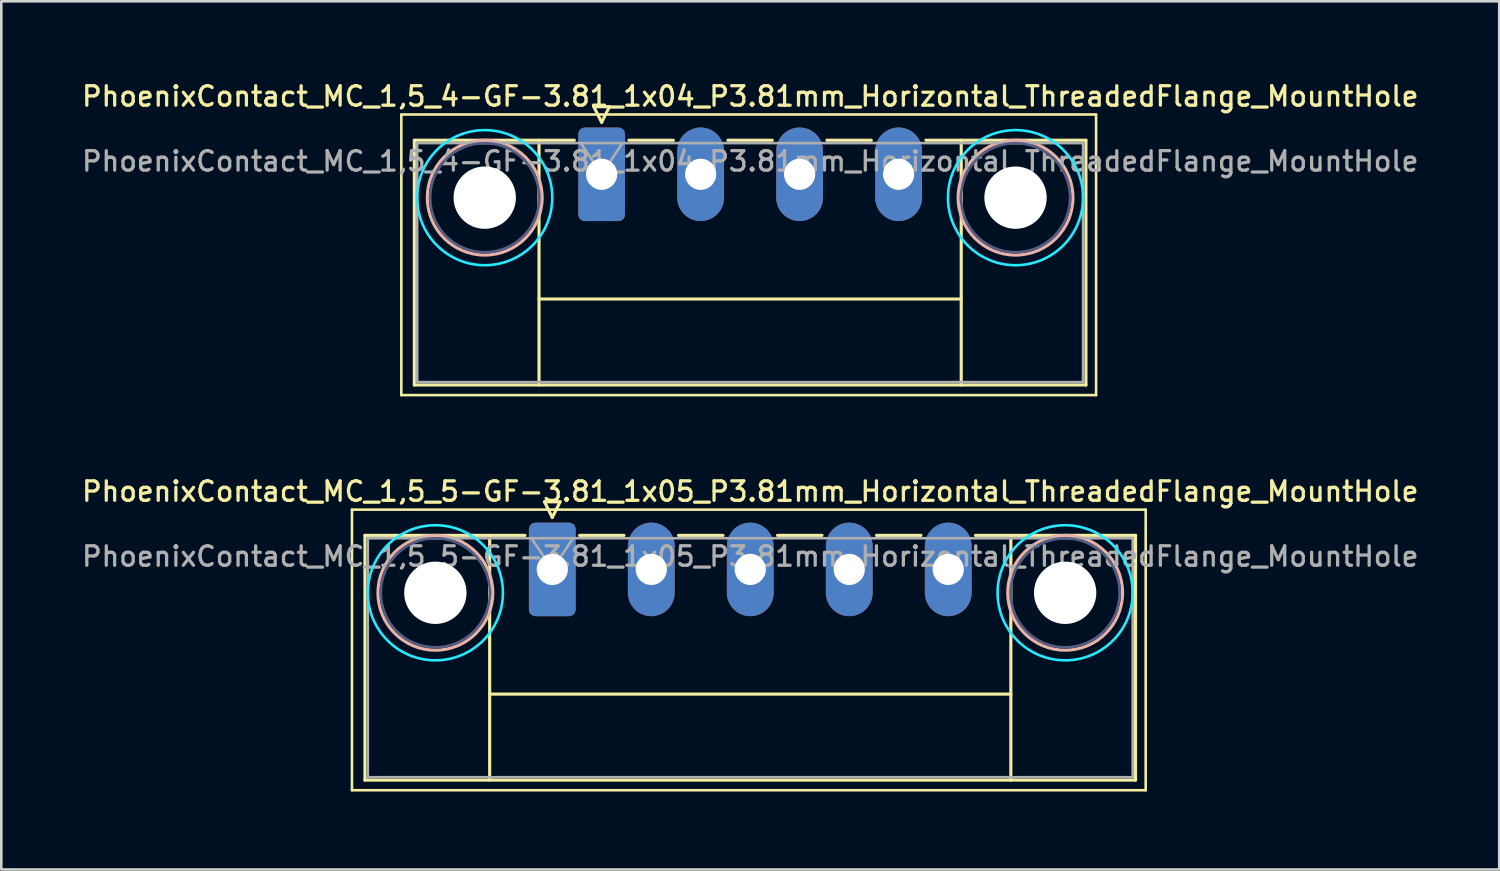
<source format=kicad_pcb>
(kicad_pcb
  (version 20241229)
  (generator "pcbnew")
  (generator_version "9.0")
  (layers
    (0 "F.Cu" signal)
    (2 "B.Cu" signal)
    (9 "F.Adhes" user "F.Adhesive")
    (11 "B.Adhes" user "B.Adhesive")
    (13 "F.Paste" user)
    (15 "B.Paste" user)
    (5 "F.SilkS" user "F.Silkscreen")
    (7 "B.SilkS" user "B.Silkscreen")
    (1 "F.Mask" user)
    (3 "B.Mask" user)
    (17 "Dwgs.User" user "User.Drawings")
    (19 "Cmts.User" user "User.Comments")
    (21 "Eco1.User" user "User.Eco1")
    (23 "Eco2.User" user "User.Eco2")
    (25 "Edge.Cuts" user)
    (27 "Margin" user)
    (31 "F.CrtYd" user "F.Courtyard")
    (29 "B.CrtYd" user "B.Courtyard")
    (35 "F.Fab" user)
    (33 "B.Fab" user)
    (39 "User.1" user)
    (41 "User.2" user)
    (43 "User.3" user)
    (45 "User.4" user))
  (footprint "PhoenixContact_MC_1,5_5-GF-3.81_1x05_P3.81mm_Horizontal_ThreadedFlange_MountHole"
    (layer "F.Cu")
    (at 18.207 18.866)
    (property "Reference" "PhoenixContact_MC_1,5_5-GF-3.81_1x05_P3.81mm_Horizontal_ThreadedFlange_MountHole" (at 7.62 -3 0) (layer "F.SilkS") (effects (font (size 0.75 0.75) (thickness 0.125))))
    (attr through_hole)
    (fp_line (start -7.71 -2.3) (end -7.71 8.5) (stroke (width 0.1) (type solid)) (layer "F.SilkS"))
    (fp_line (start -7.71 8.5) (end 22.84 8.5) (stroke (width 0.1) (type solid)) (layer "F.SilkS"))
    (fp_line (start -7.21 -1.31) (end -7.21 8.11) (stroke (width 0.12) (type solid)) (layer "F.SilkS"))
    (fp_line (start -7.21 -1.31) (end -1.05 -1.31) (stroke (width 0.12) (type solid)) (layer "F.SilkS"))
    (fp_line (start -7.21 8.11) (end 22.45 8.11) (stroke (width 0.12) (type solid)) (layer "F.SilkS"))
    (fp_line (start -2.41 -1.31) (end -2.41 8.11) (stroke (width 0.12) (type solid)) (layer "F.SilkS"))
    (fp_line (start -2.41 4.8) (end 17.65 4.8) (stroke (width 0.12) (type solid)) (layer "F.SilkS"))
    (fp_line (start -0.3 -2.6) (end 0.3 -2.6) (stroke (width 0.12) (type solid)) (layer "F.SilkS"))
    (fp_line (start 0 -2) (end -0.3 -2.6) (stroke (width 0.12) (type solid)) (layer "F.SilkS"))
    (fp_line (start 0.3 -2.6) (end 0 -2) (stroke (width 0.12) (type solid)) (layer "F.SilkS"))
    (fp_line (start 1.05 -1.31) (end 2.76 -1.31) (stroke (width 0.12) (type solid)) (layer "F.SilkS"))
    (fp_line (start 4.86 -1.31) (end 6.57 -1.31) (stroke (width 0.12) (type solid)) (layer "F.SilkS"))
    (fp_line (start 8.67 -1.31) (end 10.38 -1.31) (stroke (width 0.12) (type solid)) (layer "F.SilkS"))
    (fp_line (start 12.48 -1.31) (end 14.19 -1.31) (stroke (width 0.12) (type solid)) (layer "F.SilkS"))
    (fp_line (start 17.65 -1.31) (end 17.65 8.11) (stroke (width 0.12) (type solid)) (layer "F.SilkS"))
    (fp_line (start 22.45 -1.31) (end 16.29 -1.31) (stroke (width 0.12) (type solid)) (layer "F.SilkS"))
    (fp_line (start 22.45 8.11) (end 22.45 -1.31) (stroke (width 0.12) (type solid)) (layer "F.SilkS"))
    (fp_line (start 22.84 -2.3) (end -7.71 -2.3) (stroke (width 0.1) (type solid)) (layer "F.SilkS"))
    (fp_line (start 22.84 8.5) (end 22.84 -2.3) (stroke (width 0.1) (type solid)) (layer "F.SilkS"))
    (fp_circle (center -4.5 0.9) (end -2.29 0.9) (stroke (width 0.12) (type solid)) (fill no) (layer "B.SilkS"))
    (fp_circle (center 19.74 0.9) (end 21.95 0.9) (stroke (width 0.12) (type solid)) (fill no) (layer "B.SilkS"))
    (fp_circle (center -4.5 0.9) (end -1.9 0.9) (stroke (width 0.1) (type solid)) (fill no) (layer "B.CrtYd"))
    (fp_circle (center 19.74 0.9) (end 22.34 0.9) (stroke (width 0.1) (type solid)) (fill no) (layer "B.CrtYd"))
    (fp_circle (center -4.5 0.9) (end -2.4 0.9) (stroke (width 0.1) (type solid)) (fill no) (layer "B.Fab"))
    (fp_circle (center 19.74 0.9) (end 21.84 0.9) (stroke (width 0.1) (type solid)) (fill no) (layer "B.Fab"))
    (fp_line (start -7.1 -1.2) (end -7.1 8) (stroke (width 0.1) (type solid)) (layer "F.Fab"))
    (fp_line (start -7.1 8) (end 22.34 8) (stroke (width 0.1) (type solid)) (layer "F.Fab"))
    (fp_line (start 0 0) (end -0.8 -1.2) (stroke (width 0.1) (type solid)) (layer "F.Fab"))
    (fp_line (start 0.8 -1.2) (end 0 0) (stroke (width 0.1) (type solid)) (layer "F.Fab"))
    (fp_line (start 22.34 -1.2) (end -7.1 -1.2) (stroke (width 0.1) (type solid)) (layer "F.Fab"))
    (fp_line (start 22.34 8) (end 22.34 -1.2) (stroke (width 0.1) (type solid)) (layer "F.Fab"))
    (fp_text user "${REFERENCE}" (at 7.62 -0.5 0) (layer "F.Fab") (effects (font (size 0.75 0.75) (thickness 0.125))))
    (pad "" np_thru_hole circle (at -4.5 0.9) (size 2.4 2.4) (drill 2.4) (layers "*.Cu" "*.Mask"))
    (pad "" np_thru_hole circle (at 19.74 0.9) (size 2.4 2.4) (drill 2.4) (layers "*.Cu" "*.Mask"))
    (pad "1" thru_hole roundrect (at 0 0) (size 1.8 3.6) (drill 1.2) (layers "*.Cu" "*.Mask") (roundrect_rratio 0.139))
    (pad "2" thru_hole oval (at 3.81 0) (size 1.8 3.6) (drill 1.2) (layers "*.Cu" "*.Mask"))
    (pad "3" thru_hole oval (at 7.62 0) (size 1.8 3.6) (drill 1.2) (layers "*.Cu" "*.Mask"))
    (pad "4" thru_hole oval (at 11.43 0) (size 1.8 3.6) (drill 1.2) (layers "*.Cu" "*.Mask"))
    (pad "5" thru_hole oval (at 15.24 0) (size 1.8 3.6) (drill 1.2) (layers "*.Cu" "*.Mask")))
  (footprint "PhoenixContact_MC_1,5_4-GF-3.81_1x04_P3.81mm_Horizontal_ThreadedFlange_MountHole"
    (layer "F.Cu")
    (at 20.107 3.658)
    (property "Reference" "PhoenixContact_MC_1,5_4-GF-3.81_1x04_P3.81mm_Horizontal_ThreadedFlange_MountHole" (at 5.72 -3 0) (layer "F.SilkS") (effects (font (size 0.75 0.75) (thickness 0.125))))
    (attr through_hole)
    (fp_line (start -7.71 -2.3) (end -7.71 8.5) (stroke (width 0.1) (type solid)) (layer "F.SilkS"))
    (fp_line (start -7.71 8.5) (end 19.03 8.5) (stroke (width 0.1) (type solid)) (layer "F.SilkS"))
    (fp_line (start -7.21 -1.31) (end -7.21 8.11) (stroke (width 0.12) (type solid)) (layer "F.SilkS"))
    (fp_line (start -7.21 -1.31) (end -1.05 -1.31) (stroke (width 0.12) (type solid)) (layer "F.SilkS"))
    (fp_line (start -7.21 8.11) (end 18.64 8.11) (stroke (width 0.12) (type solid)) (layer "F.SilkS"))
    (fp_line (start -2.41 -1.31) (end -2.41 8.11) (stroke (width 0.12) (type solid)) (layer "F.SilkS"))
    (fp_line (start -2.41 4.8) (end 13.84 4.8) (stroke (width 0.12) (type solid)) (layer "F.SilkS"))
    (fp_line (start -0.3 -2.6) (end 0.3 -2.6) (stroke (width 0.12) (type solid)) (layer "F.SilkS"))
    (fp_line (start 0 -2) (end -0.3 -2.6) (stroke (width 0.12) (type solid)) (layer "F.SilkS"))
    (fp_line (start 0.3 -2.6) (end 0 -2) (stroke (width 0.12) (type solid)) (layer "F.SilkS"))
    (fp_line (start 1.05 -1.31) (end 2.76 -1.31) (stroke (width 0.12) (type solid)) (layer "F.SilkS"))
    (fp_line (start 4.86 -1.31) (end 6.57 -1.31) (stroke (width 0.12) (type solid)) (layer "F.SilkS"))
    (fp_line (start 8.67 -1.31) (end 10.38 -1.31) (stroke (width 0.12) (type solid)) (layer "F.SilkS"))
    (fp_line (start 13.84 -1.31) (end 13.84 8.11) (stroke (width 0.12) (type solid)) (layer "F.SilkS"))
    (fp_line (start 18.64 -1.31) (end 12.48 -1.31) (stroke (width 0.12) (type solid)) (layer "F.SilkS"))
    (fp_line (start 18.64 8.11) (end 18.64 -1.31) (stroke (width 0.12) (type solid)) (layer "F.SilkS"))
    (fp_line (start 19.03 -2.3) (end -7.71 -2.3) (stroke (width 0.1) (type solid)) (layer "F.SilkS"))
    (fp_line (start 19.03 8.5) (end 19.03 -2.3) (stroke (width 0.1) (type solid)) (layer "F.SilkS"))
    (fp_circle (center -4.5 0.9) (end -2.29 0.9) (stroke (width 0.12) (type solid)) (fill no) (layer "B.SilkS"))
    (fp_circle (center 15.93 0.9) (end 18.14 0.9) (stroke (width 0.12) (type solid)) (fill no) (layer "B.SilkS"))
    (fp_circle (center -4.5 0.9) (end -1.9 0.9) (stroke (width 0.1) (type solid)) (fill no) (layer "B.CrtYd"))
    (fp_circle (center 15.93 0.9) (end 18.53 0.9) (stroke (width 0.1) (type solid)) (fill no) (layer "B.CrtYd"))
    (fp_circle (center -4.5 0.9) (end -2.4 0.9) (stroke (width 0.1) (type solid)) (fill no) (layer "B.Fab"))
    (fp_circle (center 15.93 0.9) (end 18.03 0.9) (stroke (width 0.1) (type solid)) (fill no) (layer "B.Fab"))
    (fp_line (start -7.1 -1.2) (end -7.1 8) (stroke (width 0.1) (type solid)) (layer "F.Fab"))
    (fp_line (start -7.1 8) (end 18.53 8) (stroke (width 0.1) (type solid)) (layer "F.Fab"))
    (fp_line (start 0 0) (end -0.8 -1.2) (stroke (width 0.1) (type solid)) (layer "F.Fab"))
    (fp_line (start 0.8 -1.2) (end 0 0) (stroke (width 0.1) (type solid)) (layer "F.Fab"))
    (fp_line (start 18.53 -1.2) (end -7.1 -1.2) (stroke (width 0.1) (type solid)) (layer "F.Fab"))
    (fp_line (start 18.53 8) (end 18.53 -1.2) (stroke (width 0.1) (type solid)) (layer "F.Fab"))
    (fp_text user "${REFERENCE}" (at 5.72 -0.5 0) (layer "F.Fab") (effects (font (size 0.75 0.75) (thickness 0.125))))
    (pad "" np_thru_hole circle (at -4.5 0.9) (size 2.4 2.4) (drill 2.4) (layers "*.Cu" "*.Mask"))
    (pad "" np_thru_hole circle (at 15.93 0.9) (size 2.4 2.4) (drill 2.4) (layers "*.Cu" "*.Mask"))
    (pad "1" thru_hole roundrect (at 0 0) (size 1.8 3.6) (drill 1.2) (layers "*.Cu" "*.Mask") (roundrect_rratio 0.139))
    (pad "2" thru_hole oval (at 3.81 0) (size 1.8 3.6) (drill 1.2) (layers "*.Cu" "*.Mask"))
    (pad "3" thru_hole oval (at 7.62 0) (size 1.8 3.6) (drill 1.2) (layers "*.Cu" "*.Mask"))
    (pad "4" thru_hole oval (at 11.43 0) (size 1.8 3.6) (drill 1.2) (layers "*.Cu" "*.Mask")))
  (gr_rect
    (start -3 -3)
    (end 54.654 30.416)
    (stroke (width 0.1) (type default))
    (fill no)
    (layer "Edge.Cuts")))
</source>
